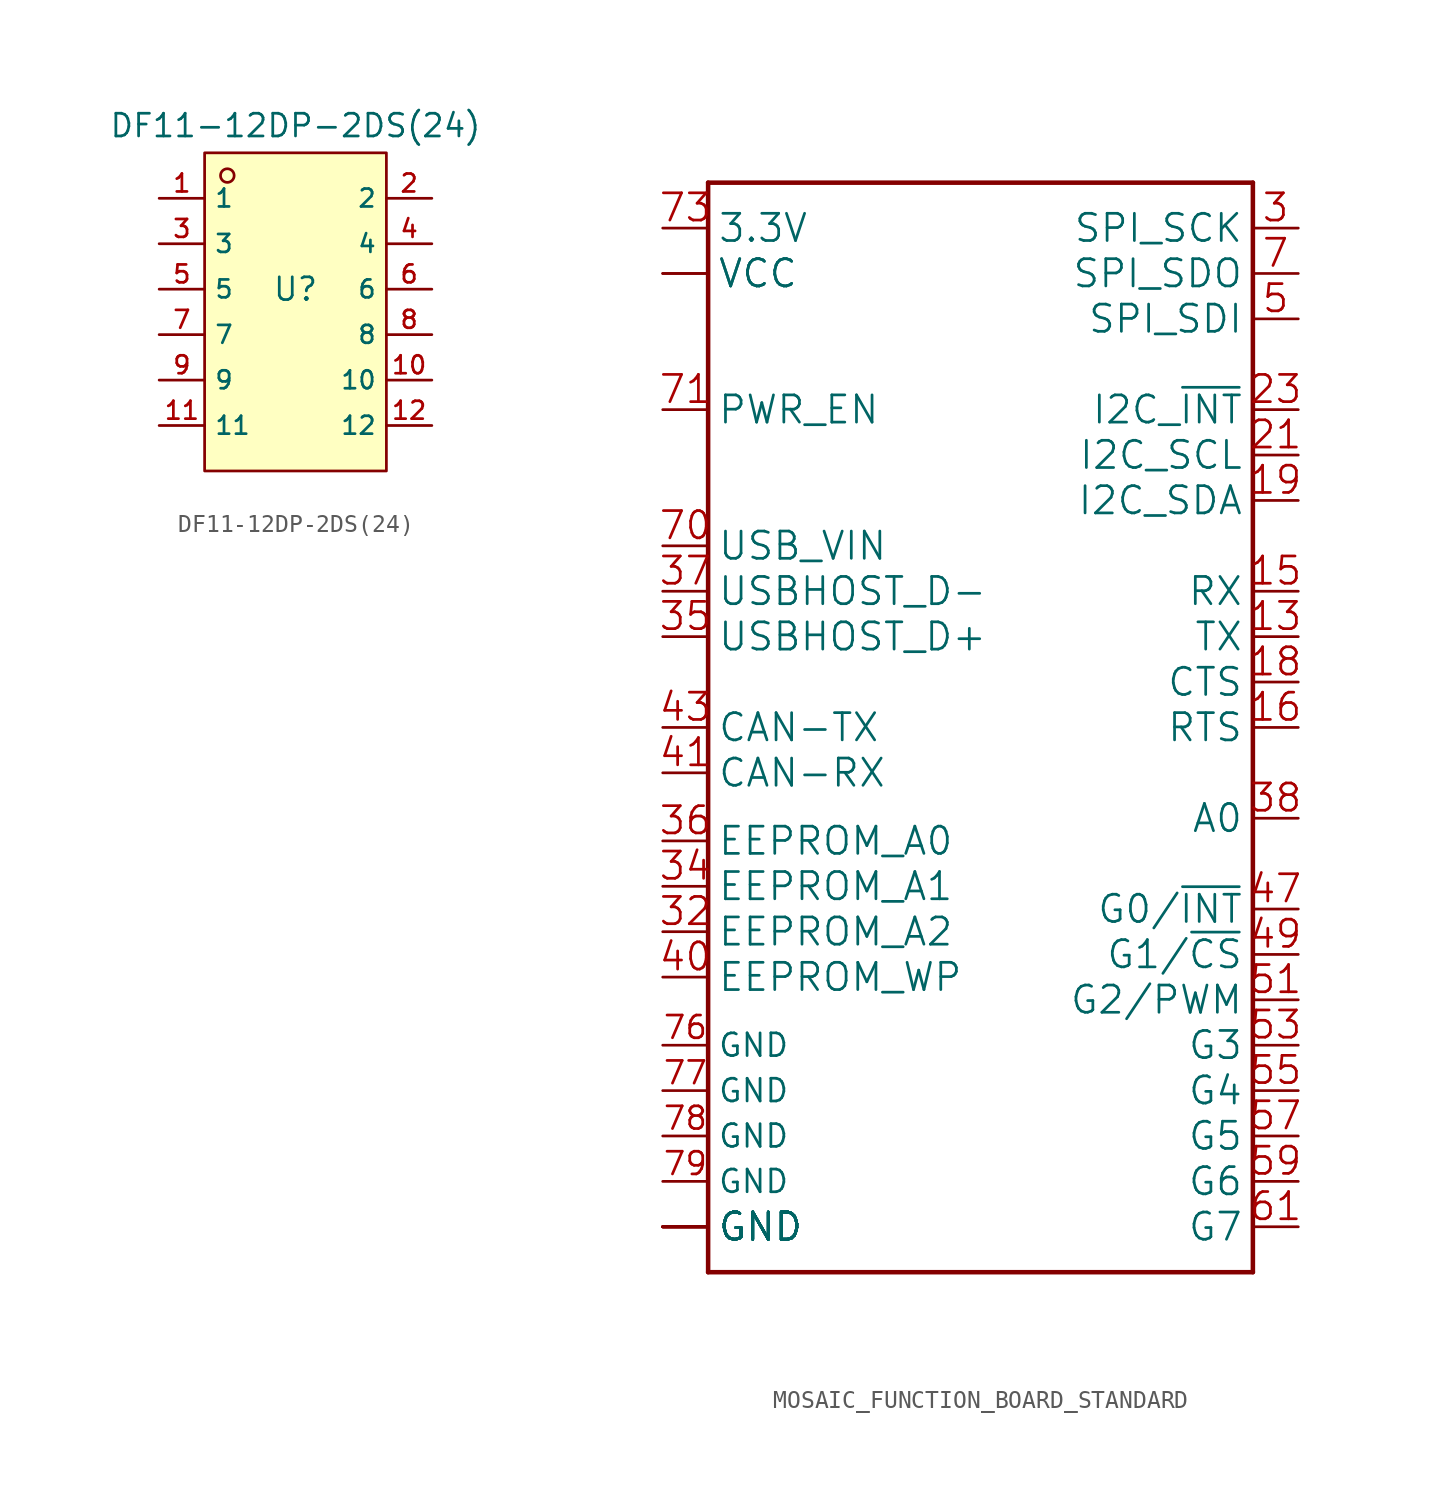
<source format=kicad_sym>
(kicad_symbol_lib
  (version 20241209)
  (generator "kicad_symbol_editor")
  (generator_version "9.0")
  (symbol "DF11-12DP-2DS(24)"
    (property "Reference" "U"
      (at 0 1.27 0)
      (effects (font (size 1.27 1.27))))
    (property "Value" "DF11-12DP-2DS(24)"
      (at 0 10.414 0)
      (effects (font (size 1.27 1.27))))
    (symbol "DF11-12DP-2DS(24)_0_1"
      (rectangle (start -5.08 8.89) (end 5.08 -8.89) (stroke (width 0) (type default)) (fill (type background)))
      (circle (center -3.81 7.62) (radius 0.381) (stroke (width 0) (type default)) (fill (type background)))
      (pin unspecified line (at -7.62 6.35 0) (length 2.54) (name "1" (effects (font (size 1 1)))) (number "1" (effects (font (size 1 1)))))
      (pin unspecified line (at -7.62 3.81 0) (length 2.54) (name "3" (effects (font (size 1 1)))) (number "3" (effects (font (size 1 1)))))
      (pin unspecified line (at -7.62 1.27 0) (length 2.54) (name "5" (effects (font (size 1 1)))) (number "5" (effects (font (size 1 1)))))
      (pin unspecified line (at -7.62 -1.27 0) (length 2.54) (name "7" (effects (font (size 1 1)))) (number "7" (effects (font (size 1 1)))))
      (pin unspecified line (at -7.62 -3.81 0) (length 2.54) (name "9" (effects (font (size 1 1)))) (number "9" (effects (font (size 1 1)))))
      (pin unspecified line (at -7.62 -6.35 0) (length 2.54) (name "11" (effects (font (size 1 1)))) (number "11" (effects (font (size 1 1)))))
      (pin unspecified line (at 7.62 6.35 180) (length 2.54) (name "2" (effects (font (size 1 1)))) (number "2" (effects (font (size 1 1)))))
      (pin unspecified line (at 7.62 3.81 180) (length 2.54) (name "4" (effects (font (size 1 1)))) (number "4" (effects (font (size 1 1)))))
      (pin unspecified line (at 7.62 1.27 180) (length 2.54) (name "6" (effects (font (size 1 1)))) (number "6" (effects (font (size 1 1)))))
      (pin unspecified line (at 7.62 -1.27 180) (length 2.54) (name "8" (effects (font (size 1 1)))) (number "8" (effects (font (size 1 1)))))
      (pin unspecified line (at 7.62 -3.81 180) (length 2.54) (name "10" (effects (font (size 1 1)))) (number "10" (effects (font (size 1 1)))))
      (pin unspecified line (at 7.62 -6.35 180) (length 2.54) (name "12" (effects (font (size 1 1)))) (number "12" (effects (font (size 1 1)))))))
  (symbol "MOSAIC_FUNCTION_BOARD_STANDARD"
    (property "Reference" "J"
      (at -15.24 28.448 0)
      (effects (font (size 1.778 1.511)) (justify left bottom) (hide yes)))
    (symbol "MOSAIC_FUNCTION_BOARD_STANDARD_1_0"
      (polyline (pts (xy -15.24 27.94) (xy 15.24 27.94)) (stroke (width 0.254) (type solid)) (fill (type none)))
      (polyline (pts (xy -15.24 -33.02) (xy -15.24 27.94)) (stroke (width 0.254) (type solid)) (fill (type none)))
      (polyline (pts (xy 15.24 27.94) (xy 15.24 -33.02)) (stroke (width 0.254) (type solid)) (fill (type none)))
      (polyline (pts (xy 15.24 -33.02) (xy -15.24 -33.02)) (stroke (width 0.254) (type solid)) (fill (type none)))
      (pin bidirectional line (at -17.78 25.4 0) (length 2.54) (name "3.3V" (effects (font (size 1.524 1.524)))) (number "73" (effects (font (size 1.524 1.524)))))
      (pin bidirectional line (at -17.78 22.86 0) (length 2.54) (name "VCC" (effects (font (size 1.524 1.524)))) (number "72" (effects (font (size 0 0)))))
      (pin bidirectional line (at -17.78 22.86 0) (length 2.54) (name "VCC" (effects (font (size 1.524 1.524)))) (number "74" (effects (font (size 0 0)))))
      (pin bidirectional line (at -17.78 15.24 0) (length 2.54) (name "PWR_EN" (effects (font (size 1.524 1.524)))) (number "71" (effects (font (size 1.524 1.524)))))
      (pin bidirectional line (at -17.78 7.62 0) (length 2.54) (name "USB_VIN" (effects (font (size 1.524 1.524)))) (number "70" (effects (font (size 1.524 1.524)))))
      (pin bidirectional line (at -17.78 5.08 0) (length 2.54) (name "USBHOST_D-" (effects (font (size 1.524 1.524)))) (number "37" (effects (font (size 1.524 1.524)))))
      (pin bidirectional line (at -17.78 2.54 0) (length 2.54) (name "USBHOST_D+" (effects (font (size 1.524 1.524)))) (number "35" (effects (font (size 1.524 1.524)))))
      (pin bidirectional line (at -17.78 -2.54 0) (length 2.54) (name "CAN-TX" (effects (font (size 1.524 1.524)))) (number "43" (effects (font (size 1.524 1.524)))))
      (pin bidirectional line (at -17.78 -5.08 0) (length 2.54) (name "CAN-RX" (effects (font (size 1.524 1.524)))) (number "41" (effects (font (size 1.524 1.524)))))
      (pin bidirectional line (at -17.78 -8.89 0) (length 2.54) (name "EEPROM_A0" (effects (font (size 1.524 1.524)))) (number "36" (effects (font (size 1.524 1.524)))))
      (pin bidirectional line (at -17.78 -11.43 0) (length 2.54) (name "EEPROM_A1" (effects (font (size 1.524 1.524)))) (number "34" (effects (font (size 1.524 1.524)))))
      (pin bidirectional line (at -17.78 -13.97 0) (length 2.54) (name "EEPROM_A2" (effects (font (size 1.524 1.524)))) (number "32" (effects (font (size 1.524 1.524)))))
      (pin bidirectional line (at -17.78 -16.51 0) (length 2.54) (name "EEPROM_WP" (effects (font (size 1.524 1.524)))) (number "40" (effects (font (size 1.524 1.524)))))
      (pin bidirectional line (at -17.78 -30.48 0) (length 2.54) (name "GND" (effects (font (size 1.524 1.524)))) (number "1" (effects (font (size 0 0)))))
      (pin bidirectional line (at -17.78 -30.48 0) (length 2.54) (name "GND" (effects (font (size 1.524 1.524)))) (number "33" (effects (font (size 0 0)))))
      (pin bidirectional line (at -17.78 -30.48 0) (length 2.54) (name "GND" (effects (font (size 1.524 1.524)))) (number "39" (effects (font (size 0 0)))))
      (pin bidirectional line (at -17.78 -30.48 0) (length 2.54) (name "GND" (effects (font (size 1.524 1.524)))) (number "45" (effects (font (size 0 0)))))
      (pin bidirectional line (at -17.78 -30.48 0) (length 2.54) (name "GND" (effects (font (size 1.524 1.524)))) (number "75" (effects (font (size 0 0)))))
      (pin bidirectional line (at -17.78 -30.48 0) (length 2.54) (name "GND" (effects (font (size 1.524 1.524)))) (number "GND1" (effects (font (size 0 0)))))
      (pin bidirectional line (at -17.78 -30.48 0) (length 2.54) (name "GND" (effects (font (size 1.524 1.524)))) (number "GND2" (effects (font (size 0 0)))))
      (pin bidirectional line (at -17.78 -30.48 0) (length 2.54) (name "GND" (effects (font (size 1.524 1.524)))) (number "GND3" (effects (font (size 0 0)))))
      (pin bidirectional line (at -17.78 -30.48 0) (length 2.54) (name "GND" (effects (font (size 1.524 1.524)))) (number "GND4" (effects (font (size 0 0)))))
      (pin bidirectional line (at -17.78 -30.48 0) (length 2.54) (name "GND" (effects (font (size 1.524 1.524)))) (number "GND5" (effects (font (size 0 0)))))
      (pin bidirectional line (at -17.78 -30.48 0) (length 2.54) (name "GND" (effects (font (size 1.524 1.524)))) (number "GND6" (effects (font (size 0 0)))))
      (pin bidirectional line (at 17.78 25.4 180) (length 2.54) (name "SPI_SCK" (effects (font (size 1.524 1.524)))) (number "3" (effects (font (size 1.524 1.524)))))
      (pin bidirectional line (at 17.78 22.86 180) (length 2.54) (name "SPI_SDO" (effects (font (size 1.524 1.524)))) (number "7" (effects (font (size 1.524 1.524)))))
      (pin bidirectional line (at 17.78 20.32 180) (length 2.54) (name "SPI_SDI" (effects (font (size 1.524 1.524)))) (number "5" (effects (font (size 1.524 1.524)))))
      (pin bidirectional line (at 17.78 15.24 180) (length 2.54) (name "I2C_~{INT}" (effects (font (size 1.524 1.524)))) (number "23" (effects (font (size 1.524 1.524)))))
      (pin bidirectional line (at 17.78 12.7 180) (length 2.54) (name "I2C_SCL" (effects (font (size 1.524 1.524)))) (number "21" (effects (font (size 1.524 1.524)))))
      (pin bidirectional line (at 17.78 10.16 180) (length 2.54) (name "I2C_SDA" (effects (font (size 1.524 1.524)))) (number "19" (effects (font (size 1.524 1.524)))))
      (pin bidirectional line (at 17.78 5.08 180) (length 2.54) (name "RX" (effects (font (size 1.524 1.524)))) (number "15" (effects (font (size 1.524 1.524)))))
      (pin bidirectional line (at 17.78 2.54 180) (length 2.54) (name "TX" (effects (font (size 1.524 1.524)))) (number "13" (effects (font (size 1.524 1.524)))))
      (pin bidirectional line (at 17.78 0 180) (length 2.54) (name "CTS" (effects (font (size 1.524 1.524)))) (number "18" (effects (font (size 1.524 1.524)))))
      (pin bidirectional line (at 17.78 -2.54 180) (length 2.54) (name "RTS" (effects (font (size 1.524 1.524)))) (number "16" (effects (font (size 1.524 1.524)))))
      (pin bidirectional line (at 17.78 -7.62 180) (length 2.54) (name "A0" (effects (font (size 1.524 1.524)))) (number "38" (effects (font (size 1.524 1.524)))))
      (pin bidirectional line (at 17.78 -12.7 180) (length 2.54) (name "G0/~{INT}" (effects (font (size 1.524 1.524)))) (number "47" (effects (font (size 1.524 1.524)))))
      (pin bidirectional line (at 17.78 -15.24 180) (length 2.54) (name "G1/~{CS}" (effects (font (size 1.524 1.524)))) (number "49" (effects (font (size 1.524 1.524)))))
      (pin bidirectional line (at 17.78 -17.78 180) (length 2.54) (name "G2/PWM" (effects (font (size 1.524 1.524)))) (number "51" (effects (font (size 1.524 1.524)))))
      (pin bidirectional line (at 17.78 -20.32 180) (length 2.54) (name "G3" (effects (font (size 1.524 1.524)))) (number "53" (effects (font (size 1.524 1.524)))))
      (pin bidirectional line (at 17.78 -22.86 180) (length 2.54) (name "G4" (effects (font (size 1.524 1.524)))) (number "55" (effects (font (size 1.524 1.524)))))
      (pin bidirectional line (at 17.78 -25.4 180) (length 2.54) (name "G5" (effects (font (size 1.524 1.524)))) (number "57" (effects (font (size 1.524 1.524)))))
      (pin bidirectional line (at 17.78 -27.94 180) (length 2.54) (name "G6" (effects (font (size 1.524 1.524)))) (number "59" (effects (font (size 1.524 1.524)))))
      (pin bidirectional line (at 17.78 -30.48 180) (length 2.54) (name "G7" (effects (font (size 1.524 1.524)))) (number "61" (effects (font (size 1.524 1.524))))))
    (symbol "MOSAIC_FUNCTION_BOARD_STANDARD_1_1"
      (pin unspecified line (at -17.78 -20.32 0) (length 2.54) (name "GND" (effects (font (size 1.27 1.27)))) (number "76" (effects (font (size 1.27 1.27)))))
      (pin unspecified line (at -17.78 -22.86 0) (length 2.54) (name "GND" (effects (font (size 1.27 1.27)))) (number "77" (effects (font (size 1.27 1.27)))))
      (pin unspecified line (at -17.78 -25.4 0) (length 2.54) (name "GND" (effects (font (size 1.27 1.27)))) (number "78" (effects (font (size 1.27 1.27)))))
      (pin unspecified line (at -17.78 -27.94 0) (length 2.54) (name "GND" (effects (font (size 1.27 1.27)))) (number "79" (effects (font (size 1.27 1.27))))))))
</source>
